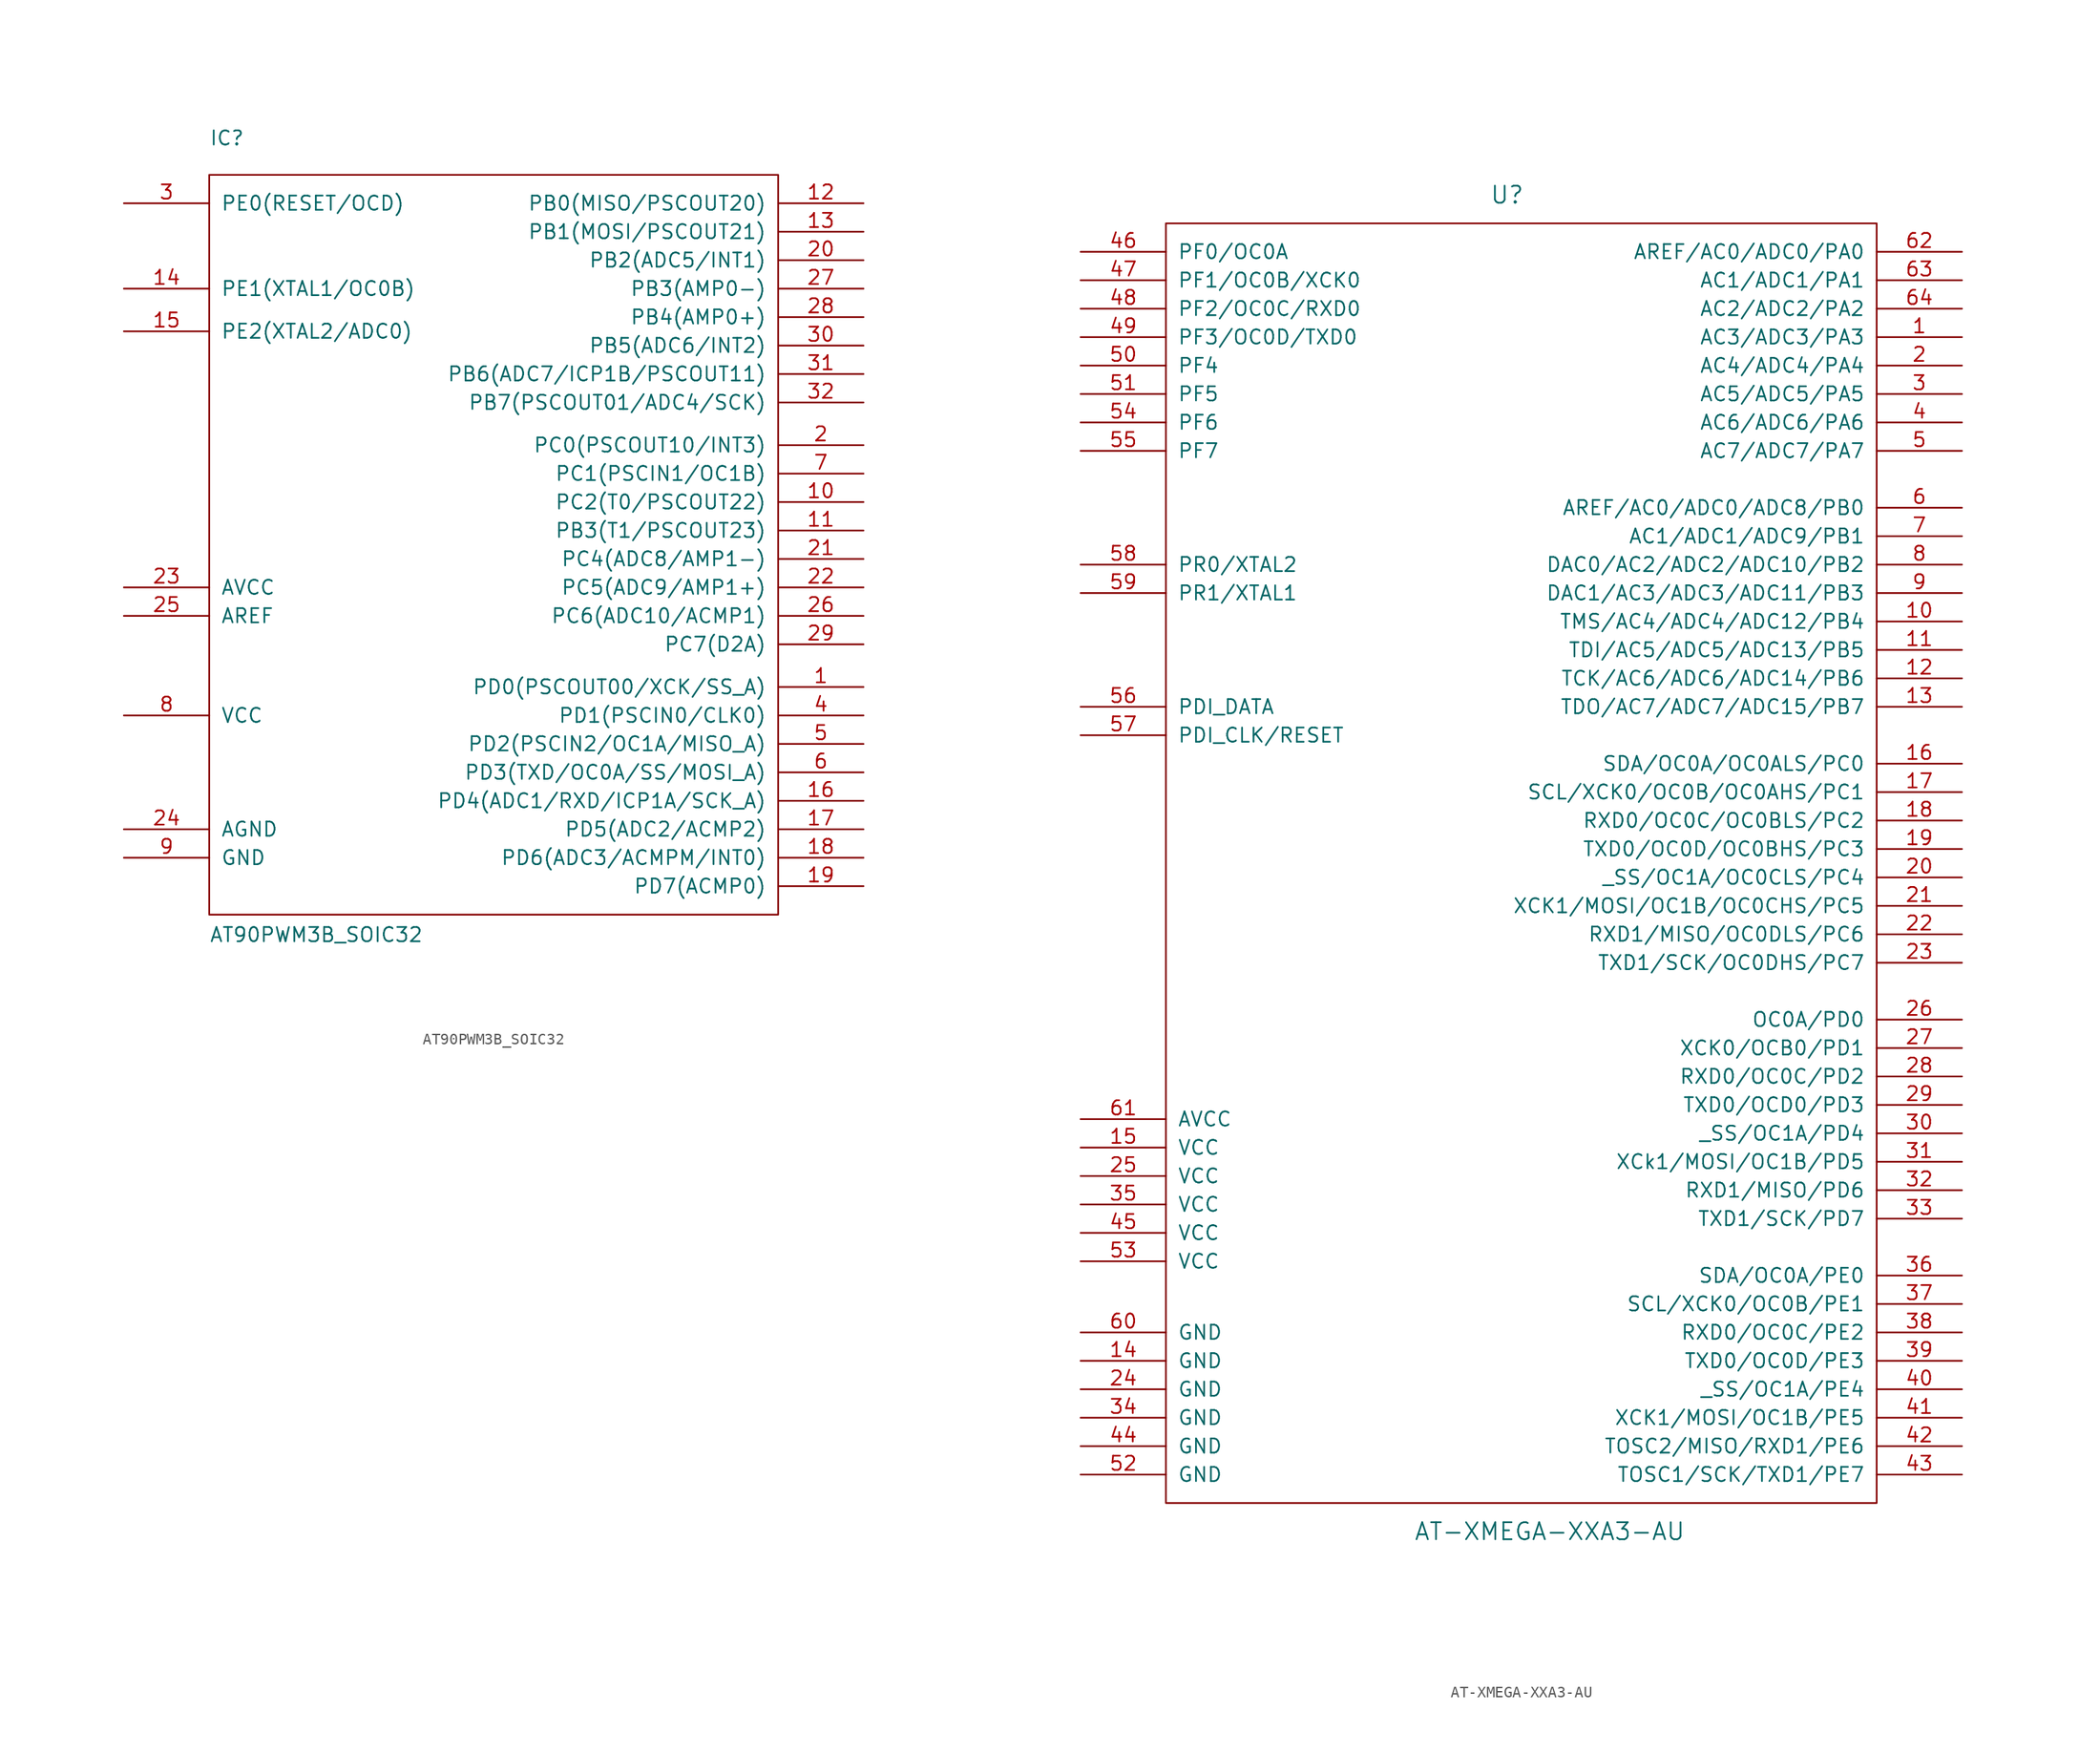
<source format=kicad_sym>
(kicad_symbol_lib
  (version 20211014)
  (generator kicad_symbol_editor)
  (symbol "AT90PWM3B_SOIC32"
    (pin_names
      (offset 1.016))
    (property "Reference" "IC"
      (at -25.4 33.02 0)
      (effects (font (size 1.27 1.27)) (justify left bottom)))
    (property "Value" "AT90PWM3B_SOIC32"
      (at -25.4 -38.1 0)
      (effects (font (size 1.27 1.27)) (justify left bottom)))
    (property "Datasheet" ""
      (at 0 0 0)
      (effects (font (size 1.524 1.524))))
    (symbol "AT90PWM3B_SOIC32_0_1"
      (rectangle (start -25.4 30.48) (end 25.4 -35.56) (stroke (width 0) (type default) (color 0 0 0 0)) (fill (type none))))
    (symbol "AT90PWM3B_SOIC32_1_1"
      (pin input line (at 33.02 -15.24 180) (length 7.62) (name "PD0(PSCOUT00/XCK/SS_A)" (effects (font (size 1.27 1.27)))) (number "1" (effects (font (size 1.27 1.27)))))
      (pin input line (at 33.02 1.27 180) (length 7.62) (name "PC2(T0/PSCOUT22)" (effects (font (size 1.27 1.27)))) (number "10" (effects (font (size 1.27 1.27)))))
      (pin input line (at 33.02 -1.27 180) (length 7.62) (name "PB3(T1/PSCOUT23)" (effects (font (size 1.27 1.27)))) (number "11" (effects (font (size 1.27 1.27)))))
      (pin input line (at 33.02 27.94 180) (length 7.62) (name "PB0(MISO/PSCOUT20)" (effects (font (size 1.27 1.27)))) (number "12" (effects (font (size 1.27 1.27)))))
      (pin input line (at 33.02 25.4 180) (length 7.62) (name "PB1(MOSI/PSCOUT21)" (effects (font (size 1.27 1.27)))) (number "13" (effects (font (size 1.27 1.27)))))
      (pin input line (at -33.02 20.32 0) (length 7.62) (name "PE1(XTAL1/OC0B)" (effects (font (size 1.27 1.27)))) (number "14" (effects (font (size 1.27 1.27)))))
      (pin input line (at -33.02 16.51 0) (length 7.62) (name "PE2(XTAL2/ADC0)" (effects (font (size 1.27 1.27)))) (number "15" (effects (font (size 1.27 1.27)))))
      (pin input line (at 33.02 -25.4 180) (length 7.62) (name "PD4(ADC1/RXD/ICP1A/SCK_A)" (effects (font (size 1.27 1.27)))) (number "16" (effects (font (size 1.27 1.27)))))
      (pin input line (at 33.02 -27.94 180) (length 7.62) (name "PD5(ADC2/ACMP2)" (effects (font (size 1.27 1.27)))) (number "17" (effects (font (size 1.27 1.27)))))
      (pin input line (at 33.02 -30.48 180) (length 7.62) (name "PD6(ADC3/ACMPM/INT0)" (effects (font (size 1.27 1.27)))) (number "18" (effects (font (size 1.27 1.27)))))
      (pin input line (at 33.02 -33.02 180) (length 7.62) (name "PD7(ACMP0)" (effects (font (size 1.27 1.27)))) (number "19" (effects (font (size 1.27 1.27)))))
      (pin input line (at 33.02 6.35 180) (length 7.62) (name "PC0(PSCOUT10/INT3)" (effects (font (size 1.27 1.27)))) (number "2" (effects (font (size 1.27 1.27)))))
      (pin input line (at 33.02 22.86 180) (length 7.62) (name "PB2(ADC5/INT1)" (effects (font (size 1.27 1.27)))) (number "20" (effects (font (size 1.27 1.27)))))
      (pin input line (at 33.02 -3.81 180) (length 7.62) (name "PC4(ADC8/AMP1-)" (effects (font (size 1.27 1.27)))) (number "21" (effects (font (size 1.27 1.27)))))
      (pin input line (at 33.02 -6.35 180) (length 7.62) (name "PC5(ADC9/AMP1+)" (effects (font (size 1.27 1.27)))) (number "22" (effects (font (size 1.27 1.27)))))
      (pin input line (at -33.02 -6.35 0) (length 7.62) (name "AVCC" (effects (font (size 1.27 1.27)))) (number "23" (effects (font (size 1.27 1.27)))))
      (pin input line (at -33.02 -27.94 0) (length 7.62) (name "AGND" (effects (font (size 1.27 1.27)))) (number "24" (effects (font (size 1.27 1.27)))))
      (pin input line (at -33.02 -8.89 0) (length 7.62) (name "AREF" (effects (font (size 1.27 1.27)))) (number "25" (effects (font (size 1.27 1.27)))))
      (pin input line (at 33.02 -8.89 180) (length 7.62) (name "PC6(ADC10/ACMP1)" (effects (font (size 1.27 1.27)))) (number "26" (effects (font (size 1.27 1.27)))))
      (pin input line (at 33.02 20.32 180) (length 7.62) (name "PB3(AMP0-)" (effects (font (size 1.27 1.27)))) (number "27" (effects (font (size 1.27 1.27)))))
      (pin input line (at 33.02 17.78 180) (length 7.62) (name "PB4(AMP0+)" (effects (font (size 1.27 1.27)))) (number "28" (effects (font (size 1.27 1.27)))))
      (pin input line (at 33.02 -11.43 180) (length 7.62) (name "PC7(D2A)" (effects (font (size 1.27 1.27)))) (number "29" (effects (font (size 1.27 1.27)))))
      (pin input line (at -33.02 27.94 0) (length 7.62) (name "PE0(RESET/OCD)" (effects (font (size 1.27 1.27)))) (number "3" (effects (font (size 1.27 1.27)))))
      (pin input line (at 33.02 15.24 180) (length 7.62) (name "PB5(ADC6/INT2)" (effects (font (size 1.27 1.27)))) (number "30" (effects (font (size 1.27 1.27)))))
      (pin input line (at 33.02 12.7 180) (length 7.62) (name "PB6(ADC7/ICP1B/PSCOUT11)" (effects (font (size 1.27 1.27)))) (number "31" (effects (font (size 1.27 1.27)))))
      (pin input line (at 33.02 10.16 180) (length 7.62) (name "PB7(PSCOUT01/ADC4/SCK)" (effects (font (size 1.27 1.27)))) (number "32" (effects (font (size 1.27 1.27)))))
      (pin input line (at 33.02 -17.78 180) (length 7.62) (name "PD1(PSCIN0/CLK0)" (effects (font (size 1.27 1.27)))) (number "4" (effects (font (size 1.27 1.27)))))
      (pin input line (at 33.02 -20.32 180) (length 7.62) (name "PD2(PSCIN2/OC1A/MISO_A)" (effects (font (size 1.27 1.27)))) (number "5" (effects (font (size 1.27 1.27)))))
      (pin input line (at 33.02 -22.86 180) (length 7.62) (name "PD3(TXD/OC0A/SS/MOSI_A)" (effects (font (size 1.27 1.27)))) (number "6" (effects (font (size 1.27 1.27)))))
      (pin input line (at 33.02 3.81 180) (length 7.62) (name "PC1(PSCIN1/OC1B)" (effects (font (size 1.27 1.27)))) (number "7" (effects (font (size 1.27 1.27)))))
      (pin input line (at -33.02 -17.78 0) (length 7.62) (name "VCC" (effects (font (size 1.27 1.27)))) (number "8" (effects (font (size 1.27 1.27)))))
      (pin input line (at -33.02 -30.48 0) (length 7.62) (name "GND" (effects (font (size 1.27 1.27)))) (number "9" (effects (font (size 1.27 1.27)))))))
  (symbol "AT-XMEGA-XXA3-AU"
    (pin_names
      (offset 1.016))
    (property "Reference" "U"
      (at -1.27 59.69 0)
      (effects (font (size 1.524 1.524))))
    (property "Value" "AT-XMEGA-XXA3-AU"
      (at 2.54 -59.69 0)
      (effects (font (size 1.524 1.524))))
    (property "Footprint" ""
      (at 0 0 0)
      (effects (font (size 1.524 1.524))))
    (property "Datasheet" ""
      (at 0 0 0)
      (effects (font (size 1.524 1.524))))
    (symbol "AT-XMEGA-XXA3-AU_0_1"
      (rectangle (start 31.75 -57.15) (end -31.75 57.15) (stroke (width 0) (type default) (color 0 0 0 0)) (fill (type none))))
    (symbol "AT-XMEGA-XXA3-AU_1_1"
      (pin bidirectional line (at 39.37 46.99 180) (length 7.62) (name "AC3/ADC3/PA3" (effects (font (size 1.27 1.27)))) (number "1" (effects (font (size 1.27 1.27)))))
      (pin bidirectional line (at 39.37 21.59 180) (length 7.62) (name "TMS/AC4/ADC4/ADC12/PB4" (effects (font (size 1.27 1.27)))) (number "10" (effects (font (size 1.27 1.27)))))
      (pin bidirectional line (at 39.37 19.05 180) (length 7.62) (name "TDI/AC5/ADC5/ADC13/PB5" (effects (font (size 1.27 1.27)))) (number "11" (effects (font (size 1.27 1.27)))))
      (pin bidirectional line (at 39.37 16.51 180) (length 7.62) (name "TCK/AC6/ADC6/ADC14/PB6" (effects (font (size 1.27 1.27)))) (number "12" (effects (font (size 1.27 1.27)))))
      (pin bidirectional line (at 39.37 13.97 180) (length 7.62) (name "TDO/AC7/ADC7/ADC15/PB7" (effects (font (size 1.27 1.27)))) (number "13" (effects (font (size 1.27 1.27)))))
      (pin power_in line (at -39.37 -44.45 0) (length 7.62) (name "GND" (effects (font (size 1.27 1.27)))) (number "14" (effects (font (size 1.27 1.27)))))
      (pin power_in line (at -39.37 -25.4 0) (length 7.62) (name "VCC" (effects (font (size 1.27 1.27)))) (number "15" (effects (font (size 1.27 1.27)))))
      (pin bidirectional line (at 39.37 8.89 180) (length 7.62) (name "SDA/OC0A/OC0ALS/PC0" (effects (font (size 1.27 1.27)))) (number "16" (effects (font (size 1.27 1.27)))))
      (pin bidirectional line (at 39.37 6.35 180) (length 7.62) (name "SCL/XCK0/OC0B/OC0AHS/PC1" (effects (font (size 1.27 1.27)))) (number "17" (effects (font (size 1.27 1.27)))))
      (pin bidirectional line (at 39.37 3.81 180) (length 7.62) (name "RXD0/OC0C/OC0BLS/PC2" (effects (font (size 1.27 1.27)))) (number "18" (effects (font (size 1.27 1.27)))))
      (pin bidirectional line (at 39.37 1.27 180) (length 7.62) (name "TXD0/OC0D/OC0BHS/PC3" (effects (font (size 1.27 1.27)))) (number "19" (effects (font (size 1.27 1.27)))))
      (pin bidirectional line (at 39.37 44.45 180) (length 7.62) (name "AC4/ADC4/PA4" (effects (font (size 1.27 1.27)))) (number "2" (effects (font (size 1.27 1.27)))))
      (pin bidirectional line (at 39.37 -1.27 180) (length 7.62) (name "_SS/OC1A/OC0CLS/PC4" (effects (font (size 1.27 1.27)))) (number "20" (effects (font (size 1.27 1.27)))))
      (pin bidirectional line (at 39.37 -3.81 180) (length 7.62) (name "XCK1/MOSI/OC1B/OC0CHS/PC5" (effects (font (size 1.27 1.27)))) (number "21" (effects (font (size 1.27 1.27)))))
      (pin bidirectional line (at 39.37 -6.35 180) (length 7.62) (name "RXD1/MISO/OC0DLS/PC6" (effects (font (size 1.27 1.27)))) (number "22" (effects (font (size 1.27 1.27)))))
      (pin bidirectional line (at 39.37 -8.89 180) (length 7.62) (name "TXD1/SCK/OC0DHS/PC7" (effects (font (size 1.27 1.27)))) (number "23" (effects (font (size 1.27 1.27)))))
      (pin power_in line (at -39.37 -46.99 0) (length 7.62) (name "GND" (effects (font (size 1.27 1.27)))) (number "24" (effects (font (size 1.27 1.27)))))
      (pin power_in line (at -39.37 -27.94 0) (length 7.62) (name "VCC" (effects (font (size 1.27 1.27)))) (number "25" (effects (font (size 1.27 1.27)))))
      (pin bidirectional line (at 39.37 -13.97 180) (length 7.62) (name "OC0A/PD0" (effects (font (size 1.27 1.27)))) (number "26" (effects (font (size 1.27 1.27)))))
      (pin bidirectional line (at 39.37 -16.51 180) (length 7.62) (name "XCK0/OCB0/PD1" (effects (font (size 1.27 1.27)))) (number "27" (effects (font (size 1.27 1.27)))))
      (pin bidirectional line (at 39.37 -19.05 180) (length 7.62) (name "RXD0/OC0C/PD2" (effects (font (size 1.27 1.27)))) (number "28" (effects (font (size 1.27 1.27)))))
      (pin bidirectional line (at 39.37 -21.59 180) (length 7.62) (name "TXD0/OCD0/PD3" (effects (font (size 1.27 1.27)))) (number "29" (effects (font (size 1.27 1.27)))))
      (pin bidirectional line (at 39.37 41.91 180) (length 7.62) (name "AC5/ADC5/PA5" (effects (font (size 1.27 1.27)))) (number "3" (effects (font (size 1.27 1.27)))))
      (pin bidirectional line (at 39.37 -24.13 180) (length 7.62) (name "_SS/OC1A/PD4" (effects (font (size 1.27 1.27)))) (number "30" (effects (font (size 1.27 1.27)))))
      (pin bidirectional line (at 39.37 -26.67 180) (length 7.62) (name "XCk1/MOSI/OC1B/PD5" (effects (font (size 1.27 1.27)))) (number "31" (effects (font (size 1.27 1.27)))))
      (pin bidirectional line (at 39.37 -29.21 180) (length 7.62) (name "RXD1/MISO/PD6" (effects (font (size 1.27 1.27)))) (number "32" (effects (font (size 1.27 1.27)))))
      (pin bidirectional line (at 39.37 -31.75 180) (length 7.62) (name "TXD1/SCK/PD7" (effects (font (size 1.27 1.27)))) (number "33" (effects (font (size 1.27 1.27)))))
      (pin power_in line (at -39.37 -49.53 0) (length 7.62) (name "GND" (effects (font (size 1.27 1.27)))) (number "34" (effects (font (size 1.27 1.27)))))
      (pin power_in line (at -39.37 -30.48 0) (length 7.62) (name "VCC" (effects (font (size 1.27 1.27)))) (number "35" (effects (font (size 1.27 1.27)))))
      (pin bidirectional line (at 39.37 -36.83 180) (length 7.62) (name "SDA/OC0A/PE0" (effects (font (size 1.27 1.27)))) (number "36" (effects (font (size 1.27 1.27)))))
      (pin bidirectional line (at 39.37 -39.37 180) (length 7.62) (name "SCL/XCK0/OC0B/PE1" (effects (font (size 1.27 1.27)))) (number "37" (effects (font (size 1.27 1.27)))))
      (pin bidirectional line (at 39.37 -41.91 180) (length 7.62) (name "RXD0/OC0C/PE2" (effects (font (size 1.27 1.27)))) (number "38" (effects (font (size 1.27 1.27)))))
      (pin bidirectional line (at 39.37 -44.45 180) (length 7.62) (name "TXD0/OC0D/PE3" (effects (font (size 1.27 1.27)))) (number "39" (effects (font (size 1.27 1.27)))))
      (pin bidirectional line (at 39.37 39.37 180) (length 7.62) (name "AC6/ADC6/PA6" (effects (font (size 1.27 1.27)))) (number "4" (effects (font (size 1.27 1.27)))))
      (pin bidirectional line (at 39.37 -46.99 180) (length 7.62) (name "_SS/OC1A/PE4" (effects (font (size 1.27 1.27)))) (number "40" (effects (font (size 1.27 1.27)))))
      (pin bidirectional line (at 39.37 -49.53 180) (length 7.62) (name "XCK1/MOSI/OC1B/PE5" (effects (font (size 1.27 1.27)))) (number "41" (effects (font (size 1.27 1.27)))))
      (pin bidirectional line (at 39.37 -52.07 180) (length 7.62) (name "TOSC2/MISO/RXD1/PE6" (effects (font (size 1.27 1.27)))) (number "42" (effects (font (size 1.27 1.27)))))
      (pin bidirectional line (at 39.37 -54.61 180) (length 7.62) (name "TOSC1/SCK/TXD1/PE7" (effects (font (size 1.27 1.27)))) (number "43" (effects (font (size 1.27 1.27)))))
      (pin power_in line (at -39.37 -52.07 0) (length 7.62) (name "GND" (effects (font (size 1.27 1.27)))) (number "44" (effects (font (size 1.27 1.27)))))
      (pin power_in line (at -39.37 -33.02 0) (length 7.62) (name "VCC" (effects (font (size 1.27 1.27)))) (number "45" (effects (font (size 1.27 1.27)))))
      (pin bidirectional line (at -39.37 54.61 0) (length 7.62) (name "PF0/OC0A" (effects (font (size 1.27 1.27)))) (number "46" (effects (font (size 1.27 1.27)))))
      (pin bidirectional line (at -39.37 52.07 0) (length 7.62) (name "PF1/OC0B/XCK0" (effects (font (size 1.27 1.27)))) (number "47" (effects (font (size 1.27 1.27)))))
      (pin bidirectional line (at -39.37 49.53 0) (length 7.62) (name "PF2/OC0C/RXD0" (effects (font (size 1.27 1.27)))) (number "48" (effects (font (size 1.27 1.27)))))
      (pin bidirectional line (at -39.37 46.99 0) (length 7.62) (name "PF3/OC0D/TXD0" (effects (font (size 1.27 1.27)))) (number "49" (effects (font (size 1.27 1.27)))))
      (pin bidirectional line (at 39.37 36.83 180) (length 7.62) (name "AC7/ADC7/PA7" (effects (font (size 1.27 1.27)))) (number "5" (effects (font (size 1.27 1.27)))))
      (pin bidirectional line (at -39.37 44.45 0) (length 7.62) (name "PF4" (effects (font (size 1.27 1.27)))) (number "50" (effects (font (size 1.27 1.27)))))
      (pin bidirectional line (at -39.37 41.91 0) (length 7.62) (name "PF5" (effects (font (size 1.27 1.27)))) (number "51" (effects (font (size 1.27 1.27)))))
      (pin power_in line (at -39.37 -54.61 0) (length 7.62) (name "GND" (effects (font (size 1.27 1.27)))) (number "52" (effects (font (size 1.27 1.27)))))
      (pin power_in line (at -39.37 -35.56 0) (length 7.62) (name "VCC" (effects (font (size 1.27 1.27)))) (number "53" (effects (font (size 1.27 1.27)))))
      (pin bidirectional line (at -39.37 39.37 0) (length 7.62) (name "PF6" (effects (font (size 1.27 1.27)))) (number "54" (effects (font (size 1.27 1.27)))))
      (pin bidirectional line (at -39.37 36.83 0) (length 7.62) (name "PF7" (effects (font (size 1.27 1.27)))) (number "55" (effects (font (size 1.27 1.27)))))
      (pin bidirectional line (at -39.37 13.97 0) (length 7.62) (name "PDI_DATA" (effects (font (size 1.27 1.27)))) (number "56" (effects (font (size 1.27 1.27)))))
      (pin bidirectional line (at -39.37 11.43 0) (length 7.62) (name "PDI_CLK/RESET" (effects (font (size 1.27 1.27)))) (number "57" (effects (font (size 1.27 1.27)))))
      (pin bidirectional line (at -39.37 26.67 0) (length 7.62) (name "PR0/XTAL2" (effects (font (size 1.27 1.27)))) (number "58" (effects (font (size 1.27 1.27)))))
      (pin bidirectional line (at -39.37 24.13 0) (length 7.62) (name "PR1/XTAL1" (effects (font (size 1.27 1.27)))) (number "59" (effects (font (size 1.27 1.27)))))
      (pin bidirectional line (at 39.37 31.75 180) (length 7.62) (name "AREF/AC0/ADC0/ADC8/PB0" (effects (font (size 1.27 1.27)))) (number "6" (effects (font (size 1.27 1.27)))))
      (pin power_in line (at -39.37 -41.91 0) (length 7.62) (name "GND" (effects (font (size 1.27 1.27)))) (number "60" (effects (font (size 1.27 1.27)))))
      (pin power_in line (at -39.37 -22.86 0) (length 7.62) (name "AVCC" (effects (font (size 1.27 1.27)))) (number "61" (effects (font (size 1.27 1.27)))))
      (pin bidirectional line (at 39.37 54.61 180) (length 7.62) (name "AREF/AC0/ADC0/PA0" (effects (font (size 1.27 1.27)))) (number "62" (effects (font (size 1.27 1.27)))))
      (pin bidirectional line (at 39.37 52.07 180) (length 7.62) (name "AC1/ADC1/PA1" (effects (font (size 1.27 1.27)))) (number "63" (effects (font (size 1.27 1.27)))))
      (pin bidirectional line (at 39.37 49.53 180) (length 7.62) (name "AC2/ADC2/PA2" (effects (font (size 1.27 1.27)))) (number "64" (effects (font (size 1.27 1.27)))))
      (pin bidirectional line (at 39.37 29.21 180) (length 7.62) (name "AC1/ADC1/ADC9/PB1" (effects (font (size 1.27 1.27)))) (number "7" (effects (font (size 1.27 1.27)))))
      (pin bidirectional line (at 39.37 26.67 180) (length 7.62) (name "DAC0/AC2/ADC2/ADC10/PB2" (effects (font (size 1.27 1.27)))) (number "8" (effects (font (size 1.27 1.27)))))
      (pin bidirectional line (at 39.37 24.13 180) (length 7.62) (name "DAC1/AC3/ADC3/ADC11/PB3" (effects (font (size 1.27 1.27)))) (number "9" (effects (font (size 1.27 1.27))))))))
</source>
